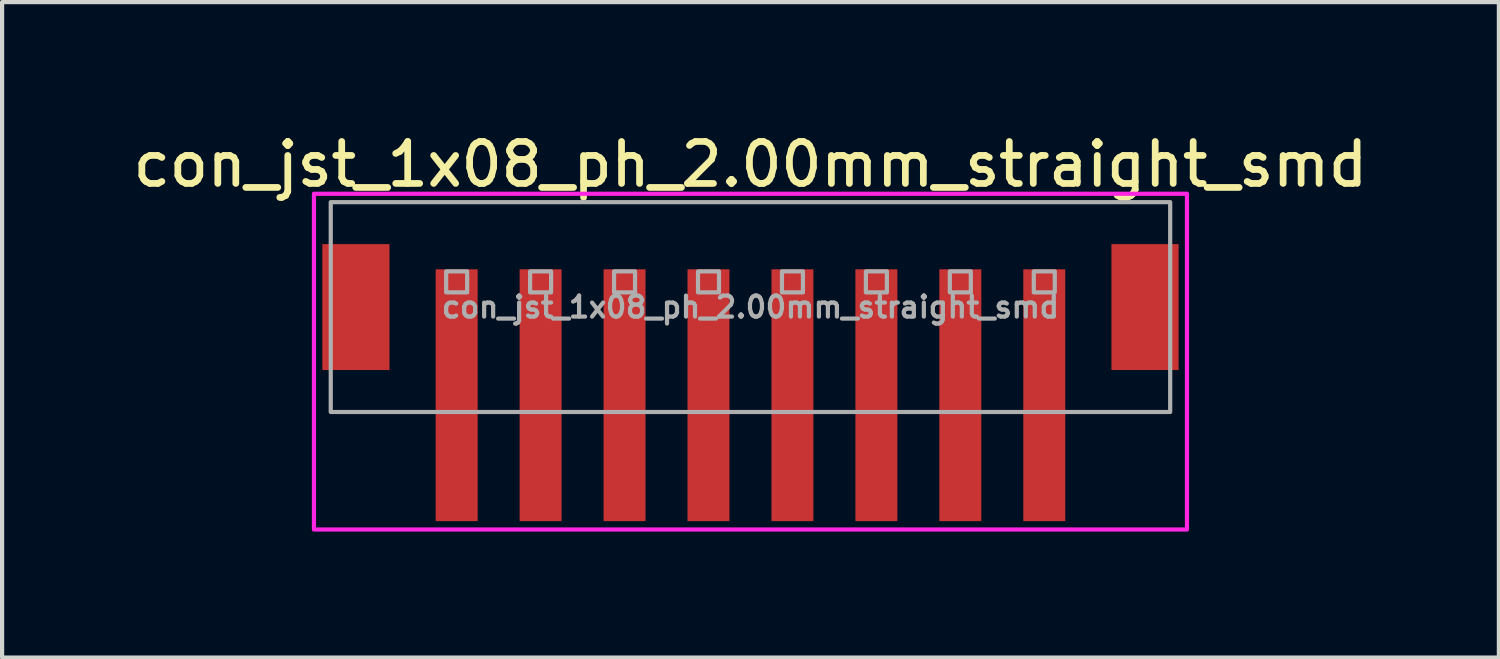
<source format=kicad_pcb>
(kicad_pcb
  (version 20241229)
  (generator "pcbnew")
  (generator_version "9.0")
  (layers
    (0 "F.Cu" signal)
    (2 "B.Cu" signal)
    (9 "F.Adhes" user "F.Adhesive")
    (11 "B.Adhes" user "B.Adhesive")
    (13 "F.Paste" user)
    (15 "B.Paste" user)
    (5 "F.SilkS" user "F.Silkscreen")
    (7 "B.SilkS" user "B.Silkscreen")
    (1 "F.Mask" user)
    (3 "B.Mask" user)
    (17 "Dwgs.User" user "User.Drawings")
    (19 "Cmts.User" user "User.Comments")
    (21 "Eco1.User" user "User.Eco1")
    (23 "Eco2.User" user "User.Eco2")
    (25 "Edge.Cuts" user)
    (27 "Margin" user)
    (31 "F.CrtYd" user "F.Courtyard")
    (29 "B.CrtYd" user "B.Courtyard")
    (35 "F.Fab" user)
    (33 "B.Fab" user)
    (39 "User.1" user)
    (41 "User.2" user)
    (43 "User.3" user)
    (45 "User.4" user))
  (footprint "con_jst_1x08_ph_2.00mm_straight_smd"
    (layer "F.Cu")
    (at 14.83 4.266)
    (property "Reference" "con_jst_1x08_ph_2.00mm_straight_smd" (at 0 -3.4 0) (layer "F.SilkS") (effects (font (size 1 1) (thickness 0.16))))
    (attr smd)
    (fp_rect (start -10.4 -2.7) (end 10.4 5.3) (stroke (width 0.1) (type solid)) (fill no) (layer "F.CrtYd"))
    (fp_rect (start -10 -2.5) (end 10 2.5) (stroke (width 0.1) (type solid)) (fill no) (layer "F.Fab"))
    (fp_rect (start -7.25 -0.85) (end -6.75 -0.35) (stroke (width 0.1) (type default)) (fill no) (layer "F.Fab"))
    (fp_rect (start -5.25 -0.85) (end -4.75 -0.35) (stroke (width 0.1) (type default)) (fill no) (layer "F.Fab"))
    (fp_rect (start -3.25 -0.85) (end -2.75 -0.35) (stroke (width 0.1) (type default)) (fill no) (layer "F.Fab"))
    (fp_rect (start -1.25 -0.85) (end -0.75 -0.35) (stroke (width 0.1) (type default)) (fill no) (layer "F.Fab"))
    (fp_rect (start 0.75 -0.85) (end 1.25 -0.35) (stroke (width 0.1) (type default)) (fill no) (layer "F.Fab"))
    (fp_rect (start 2.75 -0.85) (end 3.25 -0.35) (stroke (width 0.1) (type default)) (fill no) (layer "F.Fab"))
    (fp_rect (start 4.75 -0.85) (end 5.25 -0.35) (stroke (width 0.1) (type default)) (fill no) (layer "F.Fab"))
    (fp_rect (start 6.75 -0.85) (end 7.25 -0.35) (stroke (width 0.1) (type default)) (fill no) (layer "F.Fab"))
    (fp_text user "${REFERENCE}" (at 0 0 0) (layer "F.Fab") (effects (font (size 0.5 0.5) (thickness 0.1) (bold yes))))
    (pad "1" smd rect (at -7 2.1) (size 1 6) (layers "F.Cu" "F.Mask" "F.Paste"))
    (pad "2" smd rect (at -5 2.1) (size 1 6) (layers "F.Cu" "F.Mask" "F.Paste"))
    (pad "3" smd rect (at -3 2.1) (size 1 6) (layers "F.Cu" "F.Mask" "F.Paste"))
    (pad "4" smd rect (at -1 2.1) (size 1 6) (layers "F.Cu" "F.Mask" "F.Paste"))
    (pad "5" smd rect (at 1 2.1) (size 1 6) (layers "F.Cu" "F.Mask" "F.Paste"))
    (pad "6" smd rect (at 3 2.1) (size 1 6) (layers "F.Cu" "F.Mask" "F.Paste"))
    (pad "7" smd rect (at 5 2.1) (size 1 6) (layers "F.Cu" "F.Mask" "F.Paste"))
    (pad "8" smd rect (at 7 2.1) (size 1 6) (layers "F.Cu" "F.Mask" "F.Paste"))
    (pad "9" smd rect (at -9.4 0) (size 1.6 3) (layers "F.Cu" "F.Mask" "F.Paste"))
    (pad "10" smd rect (at 9.4 0) (size 1.6 3) (layers "F.Cu" "F.Mask" "F.Paste")))
  (gr_rect
    (start -3 -3)
    (end 32.661 12.616)
    (stroke (width 0.1) (type default))
    (fill no)
    (layer "Edge.Cuts")))
</source>
